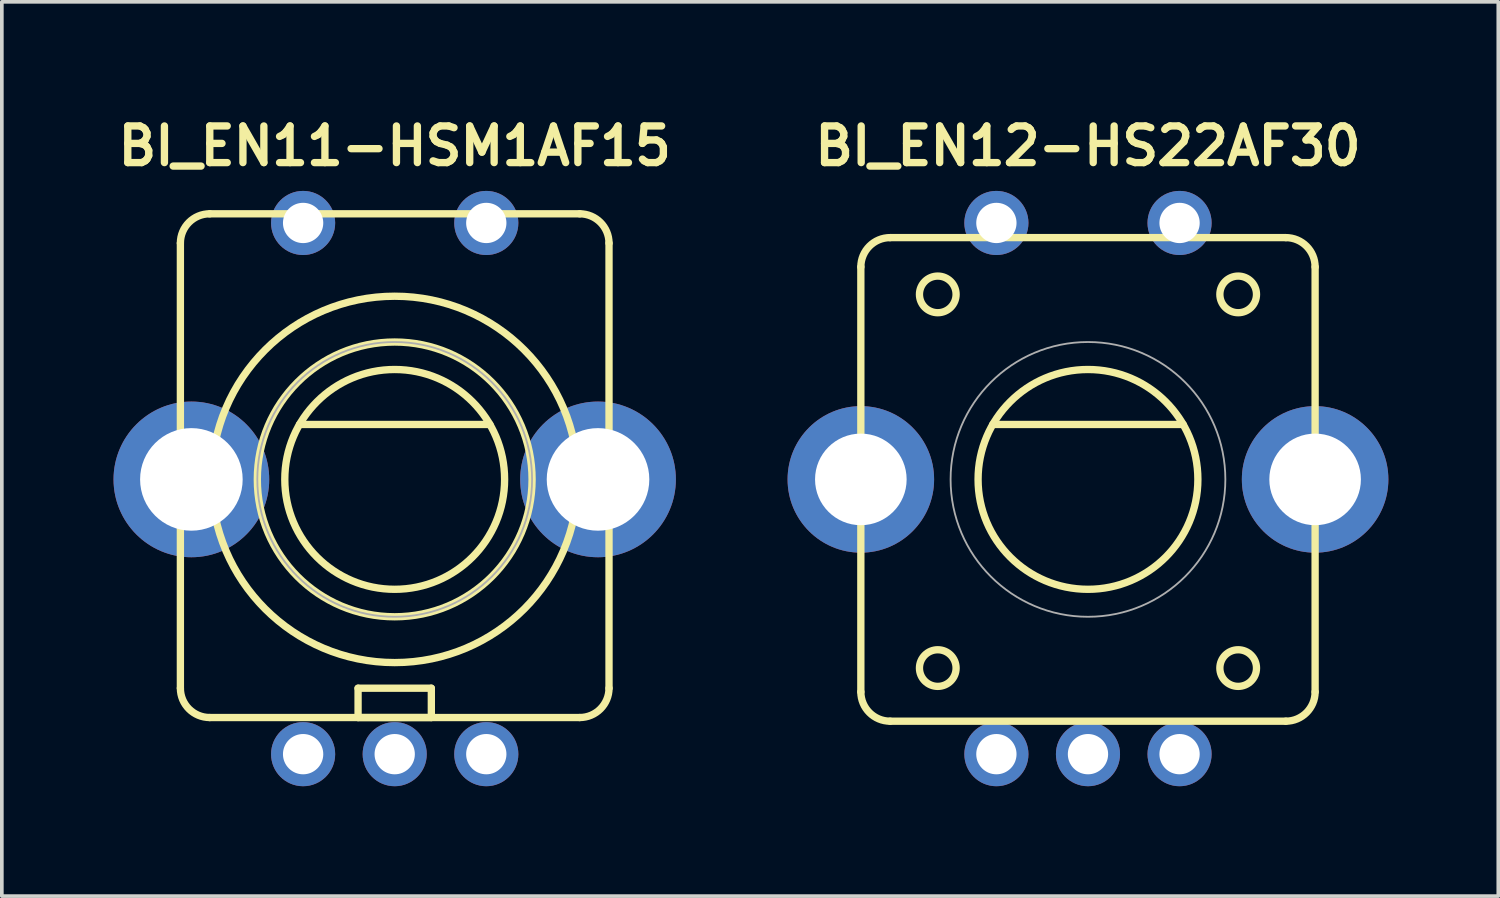
<source format=kicad_pcb>
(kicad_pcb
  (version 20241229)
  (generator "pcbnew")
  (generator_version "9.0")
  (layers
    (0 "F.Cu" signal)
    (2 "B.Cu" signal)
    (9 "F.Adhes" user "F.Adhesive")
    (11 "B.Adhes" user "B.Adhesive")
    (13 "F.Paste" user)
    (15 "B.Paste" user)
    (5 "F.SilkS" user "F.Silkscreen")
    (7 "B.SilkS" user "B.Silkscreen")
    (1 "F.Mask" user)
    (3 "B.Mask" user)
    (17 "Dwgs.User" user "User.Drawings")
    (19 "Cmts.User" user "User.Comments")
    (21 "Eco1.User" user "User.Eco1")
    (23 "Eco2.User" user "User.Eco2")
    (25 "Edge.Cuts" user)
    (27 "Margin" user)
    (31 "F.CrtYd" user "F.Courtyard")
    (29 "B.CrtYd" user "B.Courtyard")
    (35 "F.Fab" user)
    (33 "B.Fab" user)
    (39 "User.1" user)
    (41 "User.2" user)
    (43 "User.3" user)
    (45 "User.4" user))
  (footprint "BI_EN11-HSM1AF15"
    (layer "F.Cu")
    (at 7.724 10.036)
    (property "Reference" "BI_EN11-HSM1AF15" (at 0 -9.1 0) (layer "F.SilkS") (effects (font (size 1 1) (thickness 0.2))))
    (attr through_hole)
    (fp_line (start -5.85 5.7) (end -5.85 -6.45) (stroke (width 0.2) (type solid)) (layer "F.SilkS"))
    (fp_line (start -5.05 -7.25) (end 5.05 -7.25) (stroke (width 0.2) (type solid)) (layer "F.SilkS"))
    (fp_line (start -5.05 6.5) (end 5.05 6.5) (stroke (width 0.2) (type solid)) (layer "F.SilkS"))
    (fp_line (start -2.6 -1.5) (end 2.6 -1.5) (stroke (width 0.2) (type solid)) (layer "F.SilkS"))
    (fp_line (start -1 5.7) (end 1 5.7) (stroke (width 0.2) (type solid)) (layer "F.SilkS"))
    (fp_line (start -1 6.5) (end -1 5.7) (stroke (width 0.2) (type solid)) (layer "F.SilkS"))
    (fp_line (start 1 5.7) (end 1 6.5) (stroke (width 0.2) (type solid)) (layer "F.SilkS"))
    (fp_line (start 1 6.5) (end -1 6.5) (stroke (width 0.2) (type solid)) (layer "F.SilkS"))
    (fp_line (start 5.85 5.7) (end 5.85 -6.45) (stroke (width 0.2) (type solid)) (layer "F.SilkS"))
    (fp_arc (start -5.85 -6.45) (mid -5.615685 -7.015685) (end -5.05 -7.25) (stroke (width 0.2) (type solid)) (layer "F.SilkS"))
    (fp_arc (start -5.05 6.5) (mid -5.615685 6.265685) (end -5.85 5.7) (stroke (width 0.2) (type solid)) (layer "F.SilkS"))
    (fp_arc (start 5.05 -7.25) (mid 5.615685 -7.015685) (end 5.85 -6.45) (stroke (width 0.2) (type solid)) (layer "F.SilkS"))
    (fp_arc (start 5.85 5.7) (mid 5.615685 6.265685) (end 5.05 6.5) (stroke (width 0.2) (type solid)) (layer "F.SilkS"))
    (fp_circle (center 0 0) (end 3 0) (stroke (width 0.2) (type solid)) (fill no) (layer "F.SilkS"))
    (fp_circle (center 0 0) (end 3.75 0) (stroke (width 0.2) (type solid)) (fill no) (layer "F.SilkS"))
    (fp_circle (center 0 0) (end 5 -0.05) (stroke (width 0.2) (type solid)) (fill no) (layer "F.SilkS"))
    (fp_circle (center 0 0) (end 3.75 0) (stroke (width 0.05) (type solid)) (fill no) (layer "F.Fab"))
    (pad "A" thru_hole circle (at -2.5 7.5) (size 1.75 1.75) (drill 1.1) (layers "*.Cu" "*.Mask"))
    (pad "B" thru_hole circle (at 2.5 7.5) (size 1.75 1.75) (drill 1.1) (layers "*.Cu" "*.Mask"))
    (pad "C" thru_hole circle (at 0 7.5) (size 1.75 1.75) (drill 1.1) (layers "*.Cu" "*.Mask"))
    (pad "SW1" thru_hole circle (at -2.5 -7) (size 1.75 1.75) (drill 1.1) (layers "*.Cu" "*.Mask"))
    (pad "SW2" thru_hole circle (at 2.5 -7) (size 1.75 1.75) (drill 1.1) (layers "*.Cu" "*.Mask"))
    (pad "body" thru_hole oval (at -5.55 0) (size 4.25 4.25) (drill 2.8) (layers "*.Cu" "*.Mask"))
    (pad "body" thru_hole oval (at 5.55 0) (size 4.25 4.25) (drill 2.8) (layers "*.Cu" "*.Mask")))
  (footprint "BI_EN12-HS22AF30"
    (layer "F.Cu")
    (at 26.648 10.036)
    (property "Reference" "BI_EN12-HS22AF30" (at 0 -9.1 0) (layer "F.SilkS") (effects (font (size 1 1) (thickness 0.2))))
    (attr through_hole)
    (fp_line (start -6.2 5.8) (end -6.2 -5.8) (stroke (width 0.2) (type solid)) (layer "F.SilkS"))
    (fp_line (start -5.4 -6.6) (end 5.4 -6.6) (stroke (width 0.2) (type solid)) (layer "F.SilkS"))
    (fp_line (start -5.4 6.6) (end 5.4 6.6) (stroke (width 0.2) (type solid)) (layer "F.SilkS"))
    (fp_line (start -2.6 -1.5) (end 2.6 -1.5) (stroke (width 0.2) (type solid)) (layer "F.SilkS"))
    (fp_line (start 6.2 -5.8) (end 6.2 5.8) (stroke (width 0.2) (type solid)) (layer "F.SilkS"))
    (fp_arc (start -6.2 -5.8) (mid -5.965685 -6.365685) (end -5.4 -6.6) (stroke (width 0.2) (type solid)) (layer "F.SilkS"))
    (fp_arc (start -5.4 6.6) (mid -5.965685 6.365685) (end -6.2 5.8) (stroke (width 0.2) (type solid)) (layer "F.SilkS"))
    (fp_arc (start 5.4 -6.6) (mid 5.965685 -6.365685) (end 6.2 -5.8) (stroke (width 0.2) (type solid)) (layer "F.SilkS"))
    (fp_arc (start 6.2 5.8) (mid 5.965685 6.365685) (end 5.4 6.6) (stroke (width 0.2) (type solid)) (layer "F.SilkS"))
    (fp_circle (center -4.1 -5.05) (end -3.6 -5.05) (stroke (width 0.2) (type solid)) (fill no) (layer "F.SilkS"))
    (fp_circle (center -4.1 5.15) (end -3.6 5.15) (stroke (width 0.2) (type solid)) (fill no) (layer "F.SilkS"))
    (fp_circle (center 0 0) (end 3 0) (stroke (width 0.2) (type solid)) (fill no) (layer "F.SilkS"))
    (fp_circle (center 4.1 -5.05) (end 4.6 -5.05) (stroke (width 0.2) (type solid)) (fill no) (layer "F.SilkS"))
    (fp_circle (center 4.1 5.15) (end 4.6 5.15) (stroke (width 0.2) (type solid)) (fill no) (layer "F.SilkS"))
    (fp_circle (center 0 0) (end 3.75 0) (stroke (width 0.05) (type solid)) (fill no) (layer "F.Fab"))
    (pad "A" thru_hole circle (at -2.5 7.5) (size 1.75 1.75) (drill 1.1) (layers "*.Cu" "*.Mask"))
    (pad "B" thru_hole circle (at 2.5 7.5) (size 1.75 1.75) (drill 1.1) (layers "*.Cu" "*.Mask"))
    (pad "C" thru_hole circle (at 0 7.5) (size 1.75 1.75) (drill 1.1) (layers "*.Cu" "*.Mask"))
    (pad "SW1" thru_hole circle (at -2.5 -7) (size 1.75 1.75) (drill 1.1) (layers "*.Cu" "*.Mask"))
    (pad "SW2" thru_hole circle (at 2.5 -7) (size 1.75 1.75) (drill 1.1) (layers "*.Cu" "*.Mask"))
    (pad "body" thru_hole oval (at -6.2 0) (size 4 4) (drill 2.5) (layers "*.Cu" "*.Mask"))
    (pad "body" thru_hole oval (at 6.2 0) (size 4 4) (drill 2.5) (layers "*.Cu" "*.Mask")))
  (gr_rect
    (start -3 -3)
    (end 37.848 21.411)
    (stroke (width 0.1) (type default))
    (fill no)
    (layer "Edge.Cuts")))
</source>
